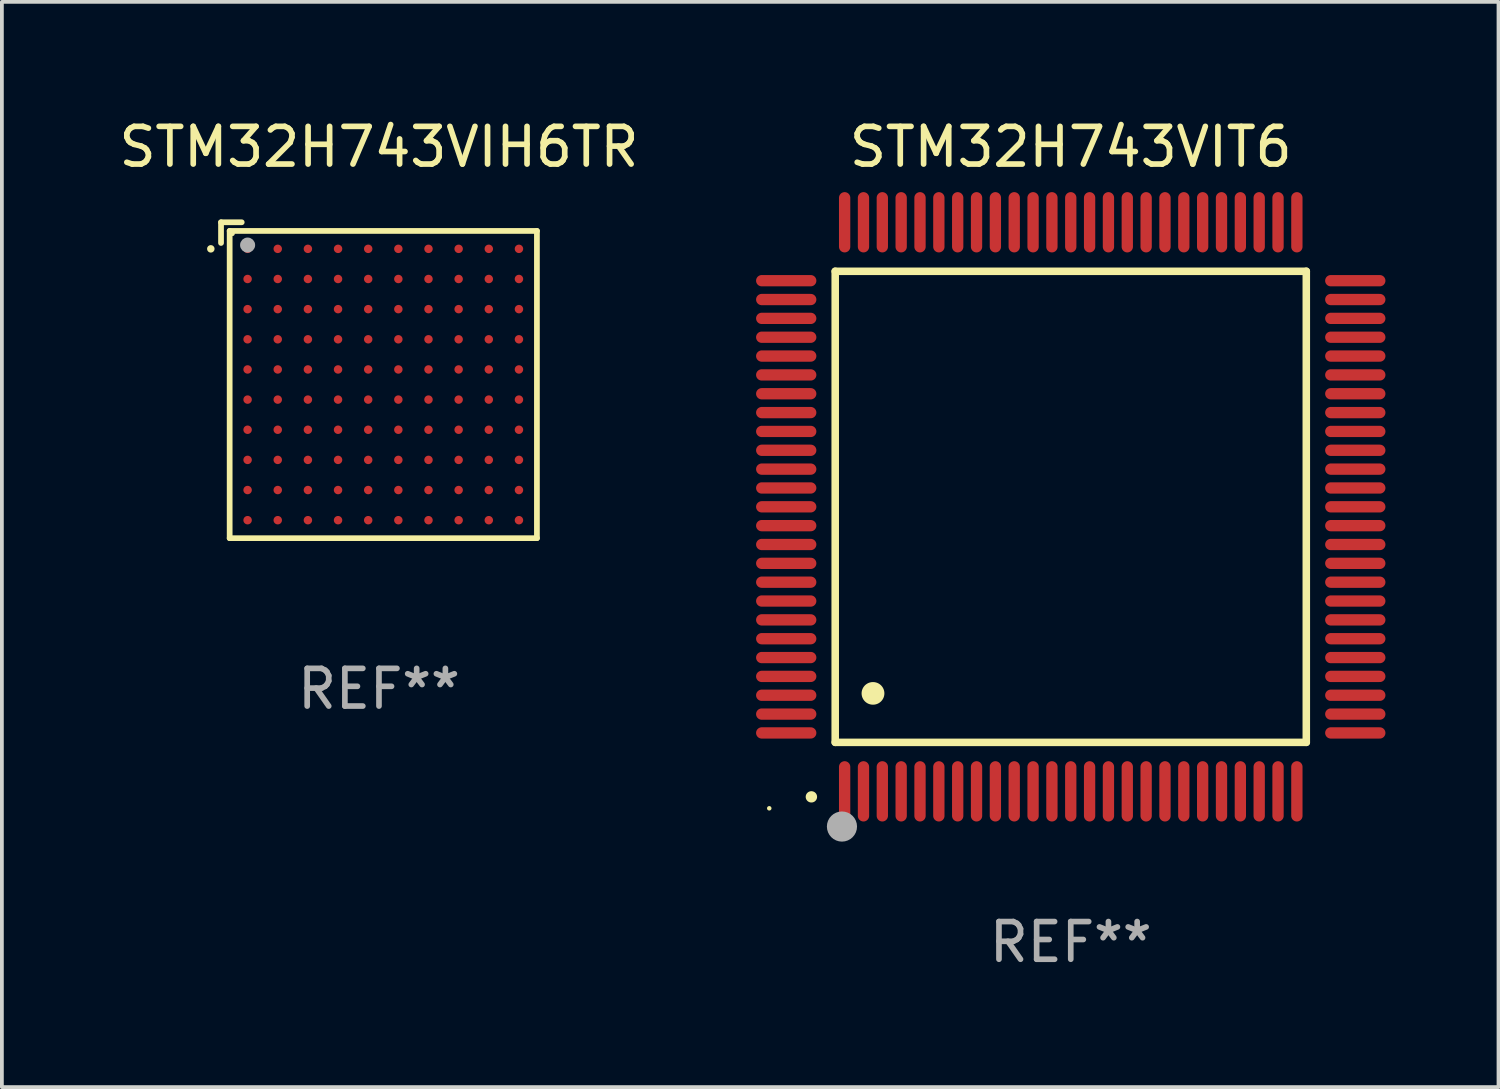
<source format=kicad_pcb>
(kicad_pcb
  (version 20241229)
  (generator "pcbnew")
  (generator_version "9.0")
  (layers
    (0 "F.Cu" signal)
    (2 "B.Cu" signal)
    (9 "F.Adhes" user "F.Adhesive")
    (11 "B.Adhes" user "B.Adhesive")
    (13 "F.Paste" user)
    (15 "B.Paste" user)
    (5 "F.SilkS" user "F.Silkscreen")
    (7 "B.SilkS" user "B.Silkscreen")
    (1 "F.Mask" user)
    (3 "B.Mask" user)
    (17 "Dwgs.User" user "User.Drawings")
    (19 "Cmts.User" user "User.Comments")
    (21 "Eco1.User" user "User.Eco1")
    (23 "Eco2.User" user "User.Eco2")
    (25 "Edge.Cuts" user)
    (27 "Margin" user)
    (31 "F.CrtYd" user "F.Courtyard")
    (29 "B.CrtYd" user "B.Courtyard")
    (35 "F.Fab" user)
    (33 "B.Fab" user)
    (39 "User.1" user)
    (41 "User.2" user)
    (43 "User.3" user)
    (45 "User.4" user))
  (footprint "STM32H743VIH6TR"
    (layer "F.Cu")
    (at 7.006 7.039)
    (property "Reference" "STM32H743VIH6TR" (at 0 -6.191 0) (layer "F.SilkS") (effects (font (size 1 1) (thickness 0.15))))
    (attr through_hole)
    (fp_line (start -4.191 -4.191) (end -3.642 -4.191) (stroke (width 0.152) (type solid)) (layer "F.SilkS"))
    (fp_line (start -4.191 -3.642) (end -4.191 -4.191) (stroke (width 0.152) (type solid)) (layer "F.SilkS"))
    (fp_line (start -3.962 -3.962) (end 4.191 -3.962) (stroke (width 0.152) (type solid)) (layer "F.SilkS"))
    (fp_line (start -3.962 4.191) (end -3.962 -3.962) (stroke (width 0.152) (type solid)) (layer "F.SilkS"))
    (fp_line (start 4.191 -3.962) (end 4.191 4.191) (stroke (width 0.152) (type solid)) (layer "F.SilkS"))
    (fp_line (start 4.191 4.191) (end -3.962 4.191) (stroke (width 0.152) (type solid)) (layer "F.SilkS"))
    (fp_circle (center -4.462 -3.486) (end -4.412 -3.486) (stroke (width 0.1) (type solid)) (fill no) (layer "F.SilkS"))
    (fp_circle (center -3.886 -3.886) (end -3.856 -3.886) (stroke (width 0.06) (type solid)) (fill no) (layer "F.SilkS"))
    (fp_circle (center -3.486 -3.586) (end -3.386 -3.586) (stroke (width 0.2) (type solid)) (fill no) (layer "F.Fab"))
    (fp_text user "REF**" (at 0 8.191 0) (layer "F.Fab") (effects (font (size 1 1) (thickness 0.15))))
    (pad "A1" smd circle (at -3.486 -3.486) (size 0.224 0.224) (layers "F.Cu" "F.Mask" "F.Paste"))
    (pad "A2" smd circle (at -2.686 -3.486) (size 0.224 0.224) (layers "F.Cu" "F.Mask" "F.Paste"))
    (pad "A3" smd circle (at -1.886 -3.486) (size 0.224 0.224) (layers "F.Cu" "F.Mask" "F.Paste"))
    (pad "A4" smd circle (at -1.086 -3.486) (size 0.224 0.224) (layers "F.Cu" "F.Mask" "F.Paste"))
    (pad "A5" smd circle (at -0.286 -3.486) (size 0.224 0.224) (layers "F.Cu" "F.Mask" "F.Paste"))
    (pad "A6" smd circle (at 0.514 -3.486) (size 0.224 0.224) (layers "F.Cu" "F.Mask" "F.Paste"))
    (pad "A7" smd circle (at 1.314 -3.486) (size 0.224 0.224) (layers "F.Cu" "F.Mask" "F.Paste"))
    (pad "A8" smd circle (at 2.114 -3.486) (size 0.224 0.224) (layers "F.Cu" "F.Mask" "F.Paste"))
    (pad "A9" smd circle (at 2.914 -3.486) (size 0.224 0.224) (layers "F.Cu" "F.Mask" "F.Paste"))
    (pad "A10" smd circle (at 3.714 -3.486) (size 0.224 0.224) (layers "F.Cu" "F.Mask" "F.Paste"))
    (pad "B1" smd circle (at -3.486 -2.686) (size 0.224 0.224) (layers "F.Cu" "F.Mask" "F.Paste"))
    (pad "B2" smd circle (at -2.686 -2.686) (size 0.224 0.224) (layers "F.Cu" "F.Mask" "F.Paste"))
    (pad "B3" smd circle (at -1.886 -2.686) (size 0.224 0.224) (layers "F.Cu" "F.Mask" "F.Paste"))
    (pad "B4" smd circle (at -1.086 -2.686) (size 0.224 0.224) (layers "F.Cu" "F.Mask" "F.Paste"))
    (pad "B5" smd circle (at -0.286 -2.686) (size 0.224 0.224) (layers "F.Cu" "F.Mask" "F.Paste"))
    (pad "B6" smd circle (at 0.514 -2.686) (size 0.224 0.224) (layers "F.Cu" "F.Mask" "F.Paste"))
    (pad "B7" smd circle (at 1.314 -2.686) (size 0.224 0.224) (layers "F.Cu" "F.Mask" "F.Paste"))
    (pad "B8" smd circle (at 2.114 -2.686) (size 0.224 0.224) (layers "F.Cu" "F.Mask" "F.Paste"))
    (pad "B9" smd circle (at 2.914 -2.686) (size 0.224 0.224) (layers "F.Cu" "F.Mask" "F.Paste"))
    (pad "B10" smd circle (at 3.714 -2.686) (size 0.224 0.224) (layers "F.Cu" "F.Mask" "F.Paste"))
    (pad "C1" smd circle (at -3.486 -1.886) (size 0.224 0.224) (layers "F.Cu" "F.Mask" "F.Paste"))
    (pad "C2" smd circle (at -2.686 -1.886) (size 0.224 0.224) (layers "F.Cu" "F.Mask" "F.Paste"))
    (pad "C3" smd circle (at -1.886 -1.886) (size 0.224 0.224) (layers "F.Cu" "F.Mask" "F.Paste"))
    (pad "C4" smd circle (at -1.086 -1.886) (size 0.224 0.224) (layers "F.Cu" "F.Mask" "F.Paste"))
    (pad "C5" smd circle (at -0.286 -1.886) (size 0.224 0.224) (layers "F.Cu" "F.Mask" "F.Paste"))
    (pad "C6" smd circle (at 0.514 -1.886) (size 0.224 0.224) (layers "F.Cu" "F.Mask" "F.Paste"))
    (pad "C7" smd circle (at 1.314 -1.886) (size 0.224 0.224) (layers "F.Cu" "F.Mask" "F.Paste"))
    (pad "C8" smd circle (at 2.114 -1.886) (size 0.224 0.224) (layers "F.Cu" "F.Mask" "F.Paste"))
    (pad "C9" smd circle (at 2.914 -1.886) (size 0.224 0.224) (layers "F.Cu" "F.Mask" "F.Paste"))
    (pad "C10" smd circle (at 3.714 -1.886) (size 0.224 0.224) (layers "F.Cu" "F.Mask" "F.Paste"))
    (pad "D1" smd circle (at -3.486 -1.086) (size 0.224 0.224) (layers "F.Cu" "F.Mask" "F.Paste"))
    (pad "D2" smd circle (at -2.686 -1.086) (size 0.224 0.224) (layers "F.Cu" "F.Mask" "F.Paste"))
    (pad "D3" smd circle (at -1.886 -1.086) (size 0.224 0.224) (layers "F.Cu" "F.Mask" "F.Paste"))
    (pad "D4" smd circle (at -1.086 -1.086) (size 0.224 0.224) (layers "F.Cu" "F.Mask" "F.Paste"))
    (pad "D5" smd circle (at -0.286 -1.086) (size 0.224 0.224) (layers "F.Cu" "F.Mask" "F.Paste"))
    (pad "D6" smd circle (at 0.514 -1.086) (size 0.224 0.224) (layers "F.Cu" "F.Mask" "F.Paste"))
    (pad "D7" smd circle (at 1.314 -1.086) (size 0.224 0.224) (layers "F.Cu" "F.Mask" "F.Paste"))
    (pad "D8" smd circle (at 2.114 -1.086) (size 0.224 0.224) (layers "F.Cu" "F.Mask" "F.Paste"))
    (pad "D9" smd circle (at 2.914 -1.086) (size 0.224 0.224) (layers "F.Cu" "F.Mask" "F.Paste"))
    (pad "D10" smd circle (at 3.714 -1.086) (size 0.224 0.224) (layers "F.Cu" "F.Mask" "F.Paste"))
    (pad "E1" smd circle (at -3.486 -0.286) (size 0.224 0.224) (layers "F.Cu" "F.Mask" "F.Paste"))
    (pad "E2" smd circle (at -2.686 -0.286) (size 0.224 0.224) (layers "F.Cu" "F.Mask" "F.Paste"))
    (pad "E3" smd circle (at -1.886 -0.286) (size 0.224 0.224) (layers "F.Cu" "F.Mask" "F.Paste"))
    (pad "E4" smd circle (at -1.086 -0.286) (size 0.224 0.224) (layers "F.Cu" "F.Mask" "F.Paste"))
    (pad "E5" smd circle (at -0.286 -0.286) (size 0.224 0.224) (layers "F.Cu" "F.Mask" "F.Paste"))
    (pad "E6" smd circle (at 0.514 -0.286) (size 0.224 0.224) (layers "F.Cu" "F.Mask" "F.Paste"))
    (pad "E7" smd circle (at 1.314 -0.286) (size 0.224 0.224) (layers "F.Cu" "F.Mask" "F.Paste"))
    (pad "E8" smd circle (at 2.114 -0.286) (size 0.224 0.224) (layers "F.Cu" "F.Mask" "F.Paste"))
    (pad "E9" smd circle (at 2.914 -0.286) (size 0.224 0.224) (layers "F.Cu" "F.Mask" "F.Paste"))
    (pad "E10" smd circle (at 3.714 -0.286) (size 0.224 0.224) (layers "F.Cu" "F.Mask" "F.Paste"))
    (pad "F1" smd circle (at -3.486 0.514) (size 0.224 0.224) (layers "F.Cu" "F.Mask" "F.Paste"))
    (pad "F2" smd circle (at -2.686 0.514) (size 0.224 0.224) (layers "F.Cu" "F.Mask" "F.Paste"))
    (pad "F3" smd circle (at -1.886 0.514) (size 0.224 0.224) (layers "F.Cu" "F.Mask" "F.Paste"))
    (pad "F4" smd circle (at -1.086 0.514) (size 0.224 0.224) (layers "F.Cu" "F.Mask" "F.Paste"))
    (pad "F5" smd circle (at -0.286 0.514) (size 0.224 0.224) (layers "F.Cu" "F.Mask" "F.Paste"))
    (pad "F6" smd circle (at 0.514 0.514) (size 0.224 0.224) (layers "F.Cu" "F.Mask" "F.Paste"))
    (pad "F7" smd circle (at 1.314 0.514) (size 0.224 0.224) (layers "F.Cu" "F.Mask" "F.Paste"))
    (pad "F8" smd circle (at 2.114 0.514) (size 0.224 0.224) (layers "F.Cu" "F.Mask" "F.Paste"))
    (pad "F9" smd circle (at 2.914 0.514) (size 0.224 0.224) (layers "F.Cu" "F.Mask" "F.Paste"))
    (pad "F10" smd circle (at 3.714 0.514) (size 0.224 0.224) (layers "F.Cu" "F.Mask" "F.Paste"))
    (pad "G1" smd circle (at -3.486 1.314) (size 0.224 0.224) (layers "F.Cu" "F.Mask" "F.Paste"))
    (pad "G2" smd circle (at -2.686 1.314) (size 0.224 0.224) (layers "F.Cu" "F.Mask" "F.Paste"))
    (pad "G3" smd circle (at -1.886 1.314) (size 0.224 0.224) (layers "F.Cu" "F.Mask" "F.Paste"))
    (pad "G4" smd circle (at -1.086 1.314) (size 0.224 0.224) (layers "F.Cu" "F.Mask" "F.Paste"))
    (pad "G5" smd circle (at -0.286 1.314) (size 0.224 0.224) (layers "F.Cu" "F.Mask" "F.Paste"))
    (pad "G6" smd circle (at 0.514 1.314) (size 0.224 0.224) (layers "F.Cu" "F.Mask" "F.Paste"))
    (pad "G7" smd circle (at 1.314 1.314) (size 0.224 0.224) (layers "F.Cu" "F.Mask" "F.Paste"))
    (pad "G8" smd circle (at 2.114 1.314) (size 0.224 0.224) (layers "F.Cu" "F.Mask" "F.Paste"))
    (pad "G9" smd circle (at 2.914 1.314) (size 0.224 0.224) (layers "F.Cu" "F.Mask" "F.Paste"))
    (pad "G10" smd circle (at 3.714 1.314) (size 0.224 0.224) (layers "F.Cu" "F.Mask" "F.Paste"))
    (pad "H1" smd circle (at -3.486 2.114) (size 0.224 0.224) (layers "F.Cu" "F.Mask" "F.Paste"))
    (pad "H2" smd circle (at -2.686 2.114) (size 0.224 0.224) (layers "F.Cu" "F.Mask" "F.Paste"))
    (pad "H3" smd circle (at -1.886 2.114) (size 0.224 0.224) (layers "F.Cu" "F.Mask" "F.Paste"))
    (pad "H4" smd circle (at -1.086 2.114) (size 0.224 0.224) (layers "F.Cu" "F.Mask" "F.Paste"))
    (pad "H5" smd circle (at -0.286 2.114) (size 0.224 0.224) (layers "F.Cu" "F.Mask" "F.Paste"))
    (pad "H6" smd circle (at 0.514 2.114) (size 0.224 0.224) (layers "F.Cu" "F.Mask" "F.Paste"))
    (pad "H7" smd circle (at 1.314 2.114) (size 0.224 0.224) (layers "F.Cu" "F.Mask" "F.Paste"))
    (pad "H8" smd circle (at 2.114 2.114) (size 0.224 0.224) (layers "F.Cu" "F.Mask" "F.Paste"))
    (pad "H9" smd circle (at 2.914 2.114) (size 0.224 0.224) (layers "F.Cu" "F.Mask" "F.Paste"))
    (pad "H10" smd circle (at 3.714 2.114) (size 0.224 0.224) (layers "F.Cu" "F.Mask" "F.Paste"))
    (pad "J1" smd circle (at -3.486 2.914) (size 0.224 0.224) (layers "F.Cu" "F.Mask" "F.Paste"))
    (pad "J2" smd circle (at -2.686 2.914) (size 0.224 0.224) (layers "F.Cu" "F.Mask" "F.Paste"))
    (pad "J3" smd circle (at -1.886 2.914) (size 0.224 0.224) (layers "F.Cu" "F.Mask" "F.Paste"))
    (pad "J4" smd circle (at -1.086 2.914) (size 0.224 0.224) (layers "F.Cu" "F.Mask" "F.Paste"))
    (pad "J5" smd circle (at -0.286 2.914) (size 0.224 0.224) (layers "F.Cu" "F.Mask" "F.Paste"))
    (pad "J6" smd circle (at 0.514 2.914) (size 0.224 0.224) (layers "F.Cu" "F.Mask" "F.Paste"))
    (pad "J7" smd circle (at 1.314 2.914) (size 0.224 0.224) (layers "F.Cu" "F.Mask" "F.Paste"))
    (pad "J8" smd circle (at 2.114 2.914) (size 0.224 0.224) (layers "F.Cu" "F.Mask" "F.Paste"))
    (pad "J9" smd circle (at 2.914 2.914) (size 0.224 0.224) (layers "F.Cu" "F.Mask" "F.Paste"))
    (pad "J10" smd circle (at 3.714 2.914) (size 0.224 0.224) (layers "F.Cu" "F.Mask" "F.Paste"))
    (pad "K1" smd circle (at -3.486 3.714) (size 0.224 0.224) (layers "F.Cu" "F.Mask" "F.Paste"))
    (pad "K2" smd circle (at -2.686 3.714) (size 0.224 0.224) (layers "F.Cu" "F.Mask" "F.Paste"))
    (pad "K3" smd circle (at -1.886 3.714) (size 0.224 0.224) (layers "F.Cu" "F.Mask" "F.Paste"))
    (pad "K4" smd circle (at -1.086 3.714) (size 0.224 0.224) (layers "F.Cu" "F.Mask" "F.Paste"))
    (pad "K5" smd circle (at -0.286 3.714) (size 0.224 0.224) (layers "F.Cu" "F.Mask" "F.Paste"))
    (pad "K6" smd circle (at 0.514 3.714) (size 0.224 0.224) (layers "F.Cu" "F.Mask" "F.Paste"))
    (pad "K7" smd circle (at 1.314 3.714) (size 0.224 0.224) (layers "F.Cu" "F.Mask" "F.Paste"))
    (pad "K8" smd circle (at 2.114 3.714) (size 0.224 0.224) (layers "F.Cu" "F.Mask" "F.Paste"))
    (pad "K9" smd circle (at 2.914 3.714) (size 0.224 0.224) (layers "F.Cu" "F.Mask" "F.Paste"))
    (pad "K10" smd circle (at 3.714 3.714) (size 0.224 0.224) (layers "F.Cu" "F.Mask" "F.Paste")))
  (footprint "STM32H743VIT6"
    (layer "F.Cu")
    (at 25.362 10.398)
    (property "Reference" "STM32H743VIT6" (at 0 -9.55 0) (layer "F.SilkS") (effects (font (size 1 1) (thickness 0.15))))
    (attr through_hole)
    (fp_line (start -6.25 -6.25) (end -6.25 6.25) (stroke (width 0.2) (type solid)) (layer "F.SilkS"))
    (fp_line (start -6.25 6.25) (end 6.25 6.25) (stroke (width 0.2) (type solid)) (layer "F.SilkS"))
    (fp_line (start 6.25 -6.25) (end -6.25 -6.25) (stroke (width 0.2) (type solid)) (layer "F.SilkS"))
    (fp_line (start 6.25 6.25) (end 6.25 -6.25) (stroke (width 0.2) (type solid)) (layer "F.SilkS"))
    (fp_arc (start -6.883414 7.696215) (mid -6.882144 7.69621) (end -6.880874 7.696215) (stroke (width 0.3) (type solid)) (layer "F.SilkS"))
    (fp_arc (start -5.250191 4.95047) (mid -5.247651 4.950459) (end -5.245111 4.95047) (stroke (width 0.6) (type solid)) (layer "F.SilkS"))
    (fp_circle (center -8 8) (end -7.97 8) (stroke (width 0.06) (type solid)) (fill no) (layer "F.SilkS"))
    (fp_circle (center -6.071 8.484) (end -5.871 8.484) (stroke (width 0.4) (type solid)) (fill no) (layer "F.Fab"))
    (fp_text user "REF**" (at 0 11.55 0) (layer "F.Fab") (effects (font (size 1 1) (thickness 0.15))))
    (pad "1" smd oval (at -6 7.55) (size 0.3 1.6) (layers "F.Cu" "F.Mask" "F.Paste"))
    (pad "2" smd oval (at -5.5 7.55) (size 0.3 1.6) (layers "F.Cu" "F.Mask" "F.Paste"))
    (pad "3" smd oval (at -5 7.55) (size 0.3 1.6) (layers "F.Cu" "F.Mask" "F.Paste"))
    (pad "4" smd oval (at -4.5 7.55) (size 0.3 1.6) (layers "F.Cu" "F.Mask" "F.Paste"))
    (pad "5" smd oval (at -4 7.55) (size 0.3 1.6) (layers "F.Cu" "F.Mask" "F.Paste"))
    (pad "6" smd oval (at -3.5 7.55) (size 0.3 1.6) (layers "F.Cu" "F.Mask" "F.Paste"))
    (pad "7" smd oval (at -3 7.55) (size 0.3 1.6) (layers "F.Cu" "F.Mask" "F.Paste"))
    (pad "8" smd oval (at -2.5 7.55) (size 0.3 1.6) (layers "F.Cu" "F.Mask" "F.Paste"))
    (pad "9" smd oval (at -2 7.55) (size 0.3 1.6) (layers "F.Cu" "F.Mask" "F.Paste"))
    (pad "10" smd oval (at -1.5 7.55) (size 0.3 1.6) (layers "F.Cu" "F.Mask" "F.Paste"))
    (pad "11" smd oval (at -1 7.55) (size 0.3 1.6) (layers "F.Cu" "F.Mask" "F.Paste"))
    (pad "12" smd oval (at -0.5 7.55) (size 0.3 1.6) (layers "F.Cu" "F.Mask" "F.Paste"))
    (pad "13" smd oval (at 0 7.55) (size 0.3 1.6) (layers "F.Cu" "F.Mask" "F.Paste"))
    (pad "14" smd oval (at 0.5 7.55) (size 0.3 1.6) (layers "F.Cu" "F.Mask" "F.Paste"))
    (pad "15" smd oval (at 1 7.55) (size 0.3 1.6) (layers "F.Cu" "F.Mask" "F.Paste"))
    (pad "16" smd oval (at 1.5 7.55) (size 0.3 1.6) (layers "F.Cu" "F.Mask" "F.Paste"))
    (pad "17" smd oval (at 2 7.55) (size 0.3 1.6) (layers "F.Cu" "F.Mask" "F.Paste"))
    (pad "18" smd oval (at 2.5 7.55) (size 0.3 1.6) (layers "F.Cu" "F.Mask" "F.Paste"))
    (pad "19" smd oval (at 3 7.55) (size 0.3 1.6) (layers "F.Cu" "F.Mask" "F.Paste"))
    (pad "20" smd oval (at 3.5 7.55) (size 0.3 1.6) (layers "F.Cu" "F.Mask" "F.Paste"))
    (pad "21" smd oval (at 4 7.55) (size 0.3 1.6) (layers "F.Cu" "F.Mask" "F.Paste"))
    (pad "22" smd oval (at 4.5 7.55) (size 0.3 1.6) (layers "F.Cu" "F.Mask" "F.Paste"))
    (pad "23" smd oval (at 5 7.55) (size 0.3 1.6) (layers "F.Cu" "F.Mask" "F.Paste"))
    (pad "24" smd oval (at 5.5 7.55) (size 0.3 1.6) (layers "F.Cu" "F.Mask" "F.Paste"))
    (pad "25" smd oval (at 6 7.55) (size 0.3 1.6) (layers "F.Cu" "F.Mask" "F.Paste"))
    (pad "26" smd oval (at 7.55 6) (size 1.6 0.3) (layers "F.Cu" "F.Mask" "F.Paste"))
    (pad "27" smd oval (at 7.55 5.5) (size 1.6 0.3) (layers "F.Cu" "F.Mask" "F.Paste"))
    (pad "28" smd oval (at 7.55 5) (size 1.6 0.3) (layers "F.Cu" "F.Mask" "F.Paste"))
    (pad "29" smd oval (at 7.55 4.5) (size 1.6 0.3) (layers "F.Cu" "F.Mask" "F.Paste"))
    (pad "30" smd oval (at 7.55 4) (size 1.6 0.3) (layers "F.Cu" "F.Mask" "F.Paste"))
    (pad "31" smd oval (at 7.55 3.5) (size 1.6 0.3) (layers "F.Cu" "F.Mask" "F.Paste"))
    (pad "32" smd oval (at 7.55 3) (size 1.6 0.3) (layers "F.Cu" "F.Mask" "F.Paste"))
    (pad "33" smd oval (at 7.55 2.5) (size 1.6 0.3) (layers "F.Cu" "F.Mask" "F.Paste"))
    (pad "34" smd oval (at 7.55 2) (size 1.6 0.3) (layers "F.Cu" "F.Mask" "F.Paste"))
    (pad "35" smd oval (at 7.55 1.5) (size 1.6 0.3) (layers "F.Cu" "F.Mask" "F.Paste"))
    (pad "36" smd oval (at 7.55 1) (size 1.6 0.3) (layers "F.Cu" "F.Mask" "F.Paste"))
    (pad "37" smd oval (at 7.55 0.5) (size 1.6 0.3) (layers "F.Cu" "F.Mask" "F.Paste"))
    (pad "38" smd oval (at 7.55 0) (size 1.6 0.3) (layers "F.Cu" "F.Mask" "F.Paste"))
    (pad "39" smd oval (at 7.55 -0.5) (size 1.6 0.3) (layers "F.Cu" "F.Mask" "F.Paste"))
    (pad "40" smd oval (at 7.55 -1) (size 1.6 0.3) (layers "F.Cu" "F.Mask" "F.Paste"))
    (pad "41" smd oval (at 7.55 -1.5) (size 1.6 0.3) (layers "F.Cu" "F.Mask" "F.Paste"))
    (pad "42" smd oval (at 7.55 -2) (size 1.6 0.3) (layers "F.Cu" "F.Mask" "F.Paste"))
    (pad "43" smd oval (at 7.55 -2.5) (size 1.6 0.3) (layers "F.Cu" "F.Mask" "F.Paste"))
    (pad "44" smd oval (at 7.55 -3) (size 1.6 0.3) (layers "F.Cu" "F.Mask" "F.Paste"))
    (pad "45" smd oval (at 7.55 -3.5) (size 1.6 0.3) (layers "F.Cu" "F.Mask" "F.Paste"))
    (pad "46" smd oval (at 7.55 -4) (size 1.6 0.3) (layers "F.Cu" "F.Mask" "F.Paste"))
    (pad "47" smd oval (at 7.55 -4.5) (size 1.6 0.3) (layers "F.Cu" "F.Mask" "F.Paste"))
    (pad "48" smd oval (at 7.55 -5) (size 1.6 0.3) (layers "F.Cu" "F.Mask" "F.Paste"))
    (pad "49" smd oval (at 7.55 -5.5) (size 1.6 0.3) (layers "F.Cu" "F.Mask" "F.Paste"))
    (pad "50" smd oval (at 7.55 -6) (size 1.6 0.3) (layers "F.Cu" "F.Mask" "F.Paste"))
    (pad "51" smd oval (at 6 -7.55) (size 0.3 1.6) (layers "F.Cu" "F.Mask" "F.Paste"))
    (pad "52" smd oval (at 5.5 -7.55) (size 0.3 1.6) (layers "F.Cu" "F.Mask" "F.Paste"))
    (pad "53" smd oval (at 5 -7.55) (size 0.3 1.6) (layers "F.Cu" "F.Mask" "F.Paste"))
    (pad "54" smd oval (at 4.5 -7.55) (size 0.3 1.6) (layers "F.Cu" "F.Mask" "F.Paste"))
    (pad "55" smd oval (at 4 -7.55) (size 0.3 1.6) (layers "F.Cu" "F.Mask" "F.Paste"))
    (pad "56" smd oval (at 3.5 -7.55) (size 0.3 1.6) (layers "F.Cu" "F.Mask" "F.Paste"))
    (pad "57" smd oval (at 3 -7.55) (size 0.3 1.6) (layers "F.Cu" "F.Mask" "F.Paste"))
    (pad "58" smd oval (at 2.5 -7.55) (size 0.3 1.6) (layers "F.Cu" "F.Mask" "F.Paste"))
    (pad "59" smd oval (at 2 -7.55) (size 0.3 1.6) (layers "F.Cu" "F.Mask" "F.Paste"))
    (pad "60" smd oval (at 1.5 -7.55) (size 0.3 1.6) (layers "F.Cu" "F.Mask" "F.Paste"))
    (pad "61" smd oval (at 1 -7.55) (size 0.3 1.6) (layers "F.Cu" "F.Mask" "F.Paste"))
    (pad "62" smd oval (at 0.5 -7.55) (size 0.3 1.6) (layers "F.Cu" "F.Mask" "F.Paste"))
    (pad "63" smd oval (at 0 -7.55) (size 0.3 1.6) (layers "F.Cu" "F.Mask" "F.Paste"))
    (pad "64" smd oval (at -0.5 -7.55) (size 0.3 1.6) (layers "F.Cu" "F.Mask" "F.Paste"))
    (pad "65" smd oval (at -1 -7.55) (size 0.3 1.6) (layers "F.Cu" "F.Mask" "F.Paste"))
    (pad "66" smd oval (at -1.5 -7.55) (size 0.3 1.6) (layers "F.Cu" "F.Mask" "F.Paste"))
    (pad "67" smd oval (at -2 -7.55) (size 0.3 1.6) (layers "F.Cu" "F.Mask" "F.Paste"))
    (pad "68" smd oval (at -2.5 -7.55) (size 0.3 1.6) (layers "F.Cu" "F.Mask" "F.Paste"))
    (pad "69" smd oval (at -3 -7.55) (size 0.3 1.6) (layers "F.Cu" "F.Mask" "F.Paste"))
    (pad "70" smd oval (at -3.5 -7.55) (size 0.3 1.6) (layers "F.Cu" "F.Mask" "F.Paste"))
    (pad "71" smd oval (at -4 -7.55) (size 0.3 1.6) (layers "F.Cu" "F.Mask" "F.Paste"))
    (pad "72" smd oval (at -4.5 -7.55) (size 0.3 1.6) (layers "F.Cu" "F.Mask" "F.Paste"))
    (pad "73" smd oval (at -5 -7.55) (size 0.3 1.6) (layers "F.Cu" "F.Mask" "F.Paste"))
    (pad "74" smd oval (at -5.5 -7.55) (size 0.3 1.6) (layers "F.Cu" "F.Mask" "F.Paste"))
    (pad "75" smd oval (at -6 -7.55) (size 0.3 1.6) (layers "F.Cu" "F.Mask" "F.Paste"))
    (pad "76" smd oval (at -7.55 -6) (size 1.6 0.3) (layers "F.Cu" "F.Mask" "F.Paste"))
    (pad "77" smd oval (at -7.55 -5.5) (size 1.6 0.3) (layers "F.Cu" "F.Mask" "F.Paste"))
    (pad "78" smd oval (at -7.55 -5) (size 1.6 0.3) (layers "F.Cu" "F.Mask" "F.Paste"))
    (pad "79" smd oval (at -7.55 -4.5) (size 1.6 0.3) (layers "F.Cu" "F.Mask" "F.Paste"))
    (pad "80" smd oval (at -7.55 -4) (size 1.6 0.3) (layers "F.Cu" "F.Mask" "F.Paste"))
    (pad "81" smd oval (at -7.55 -3.5) (size 1.6 0.3) (layers "F.Cu" "F.Mask" "F.Paste"))
    (pad "82" smd oval (at -7.55 -3) (size 1.6 0.3) (layers "F.Cu" "F.Mask" "F.Paste"))
    (pad "83" smd oval (at -7.55 -2.5) (size 1.6 0.3) (layers "F.Cu" "F.Mask" "F.Paste"))
    (pad "84" smd oval (at -7.55 -2) (size 1.6 0.3) (layers "F.Cu" "F.Mask" "F.Paste"))
    (pad "85" smd oval (at -7.55 -1.5) (size 1.6 0.3) (layers "F.Cu" "F.Mask" "F.Paste"))
    (pad "86" smd oval (at -7.55 -1) (size 1.6 0.3) (layers "F.Cu" "F.Mask" "F.Paste"))
    (pad "87" smd oval (at -7.55 -0.5) (size 1.6 0.3) (layers "F.Cu" "F.Mask" "F.Paste"))
    (pad "88" smd oval (at -7.55 0) (size 1.6 0.3) (layers "F.Cu" "F.Mask" "F.Paste"))
    (pad "89" smd oval (at -7.55 0.5) (size 1.6 0.3) (layers "F.Cu" "F.Mask" "F.Paste"))
    (pad "90" smd oval (at -7.55 1) (size 1.6 0.3) (layers "F.Cu" "F.Mask" "F.Paste"))
    (pad "91" smd oval (at -7.55 1.5) (size 1.6 0.3) (layers "F.Cu" "F.Mask" "F.Paste"))
    (pad "92" smd oval (at -7.55 2) (size 1.6 0.3) (layers "F.Cu" "F.Mask" "F.Paste"))
    (pad "93" smd oval (at -7.55 2.5) (size 1.6 0.3) (layers "F.Cu" "F.Mask" "F.Paste"))
    (pad "94" smd oval (at -7.55 3) (size 1.6 0.3) (layers "F.Cu" "F.Mask" "F.Paste"))
    (pad "95" smd oval (at -7.55 3.5) (size 1.6 0.3) (layers "F.Cu" "F.Mask" "F.Paste"))
    (pad "96" smd oval (at -7.55 4) (size 1.6 0.3) (layers "F.Cu" "F.Mask" "F.Paste"))
    (pad "97" smd oval (at -7.55 4.5) (size 1.6 0.3) (layers "F.Cu" "F.Mask" "F.Paste"))
    (pad "98" smd oval (at -7.55 5) (size 1.6 0.3) (layers "F.Cu" "F.Mask" "F.Paste"))
    (pad "99" smd oval (at -7.55 5.5) (size 1.6 0.3) (layers "F.Cu" "F.Mask" "F.Paste"))
    (pad "100" smd oval (at -7.55 6) (size 1.6 0.3) (layers "F.Cu" "F.Mask" "F.Paste")))
  (gr_rect
    (start -3 -3)
    (end 36.712 25.796)
    (stroke (width 0.1) (type default))
    (fill no)
    (layer "Edge.Cuts")))
</source>
